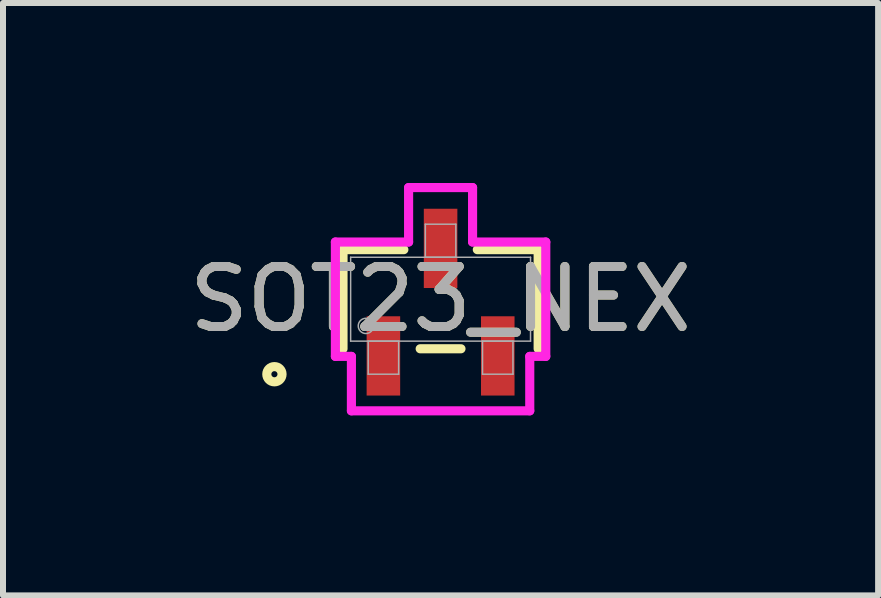
<source format=kicad_pcb>
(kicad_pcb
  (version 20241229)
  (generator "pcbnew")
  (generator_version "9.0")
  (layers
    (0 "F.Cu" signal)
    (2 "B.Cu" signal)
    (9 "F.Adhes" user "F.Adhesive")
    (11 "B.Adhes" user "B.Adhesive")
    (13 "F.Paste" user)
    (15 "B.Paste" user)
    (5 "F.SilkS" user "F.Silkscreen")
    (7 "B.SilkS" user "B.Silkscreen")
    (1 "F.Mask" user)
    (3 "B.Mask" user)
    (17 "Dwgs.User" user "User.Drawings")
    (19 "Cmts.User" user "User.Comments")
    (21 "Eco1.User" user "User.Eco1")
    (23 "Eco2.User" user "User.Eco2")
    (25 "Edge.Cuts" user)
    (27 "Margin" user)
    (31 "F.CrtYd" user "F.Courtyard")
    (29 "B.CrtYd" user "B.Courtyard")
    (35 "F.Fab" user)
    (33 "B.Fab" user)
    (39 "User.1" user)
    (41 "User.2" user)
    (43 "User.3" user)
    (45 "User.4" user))
  (footprint "SOT23_NEX"
    (layer "F.Cu")
    (at 4.292 1.936)
    (property "Reference" "SOT23_NEX" (at 0 0 0) (unlocked yes) (layer "F.SilkS") (effects (font (size 1 1) (thickness 0.15))))
    (attr smd)
    (fp_line (start -1.626 -0.826) (end -1.626 0.826) (stroke (width 0.152) (type solid)) (layer "F.SilkS"))
    (fp_line (start -0.612 -0.826) (end -1.626 -0.826) (stroke (width 0.152) (type solid)) (layer "F.SilkS"))
    (fp_line (start -0.34 0.826) (end 0.34 0.826) (stroke (width 0.152) (type solid)) (layer "F.SilkS"))
    (fp_line (start 1.626 -0.826) (end 0.612 -0.826) (stroke (width 0.152) (type solid)) (layer "F.SilkS"))
    (fp_line (start 1.626 0.826) (end 1.626 -0.826) (stroke (width 0.152) (type solid)) (layer "F.SilkS"))
    (fp_circle (center -2.769 1.25) (end -2.642 1.25) (stroke (width 0.152) (type solid)) (fill no) (layer "F.SilkS"))
    (fp_line (start -1.753 -0.953) (end -0.533 -0.953) (stroke (width 0.152) (type solid)) (layer "F.CrtYd"))
    (fp_line (start -1.753 0.953) (end -1.753 -0.953) (stroke (width 0.152) (type solid)) (layer "F.CrtYd"))
    (fp_line (start -1.753 0.953) (end -1.486 0.953) (stroke (width 0.152) (type solid)) (layer "F.CrtYd"))
    (fp_line (start -1.486 0.953) (end -1.486 1.86) (stroke (width 0.152) (type solid)) (layer "F.CrtYd"))
    (fp_line (start -1.486 1.86) (end 1.486 1.86) (stroke (width 0.152) (type solid)) (layer "F.CrtYd"))
    (fp_line (start -0.533 -1.86) (end 0.533 -1.86) (stroke (width 0.152) (type solid)) (layer "F.CrtYd"))
    (fp_line (start -0.533 -0.953) (end -0.533 -1.86) (stroke (width 0.152) (type solid)) (layer "F.CrtYd"))
    (fp_line (start 0.533 -0.953) (end 0.533 -1.86) (stroke (width 0.152) (type solid)) (layer "F.CrtYd"))
    (fp_line (start 1.486 0.953) (end 1.486 1.86) (stroke (width 0.152) (type solid)) (layer "F.CrtYd"))
    (fp_line (start 1.753 -0.953) (end 0.533 -0.953) (stroke (width 0.152) (type solid)) (layer "F.CrtYd"))
    (fp_line (start 1.753 -0.953) (end 1.753 0.953) (stroke (width 0.152) (type solid)) (layer "F.CrtYd"))
    (fp_line (start 1.753 0.953) (end 1.486 0.953) (stroke (width 0.152) (type solid)) (layer "F.CrtYd"))
    (fp_line (start -1.499 -0.699) (end -1.499 0.699) (stroke (width 0.025) (type solid)) (layer "F.Fab"))
    (fp_line (start -1.499 0.699) (end 1.499 0.699) (stroke (width 0.025) (type solid)) (layer "F.Fab"))
    (fp_line (start -1.206 0.699) (end -1.206 1.25) (stroke (width 0.025) (type solid)) (layer "F.Fab"))
    (fp_line (start -1.206 1.25) (end -0.699 1.25) (stroke (width 0.025) (type solid)) (layer "F.Fab"))
    (fp_line (start -0.699 0.699) (end -1.206 0.699) (stroke (width 0.025) (type solid)) (layer "F.Fab"))
    (fp_line (start -0.699 1.25) (end -0.699 0.699) (stroke (width 0.025) (type solid)) (layer "F.Fab"))
    (fp_line (start -0.254 -1.25) (end -0.254 -0.699) (stroke (width 0.025) (type solid)) (layer "F.Fab"))
    (fp_line (start -0.254 -0.699) (end 0.254 -0.699) (stroke (width 0.025) (type solid)) (layer "F.Fab"))
    (fp_line (start 0.254 -1.25) (end -0.254 -1.25) (stroke (width 0.025) (type solid)) (layer "F.Fab"))
    (fp_line (start 0.254 -0.699) (end 0.254 -1.25) (stroke (width 0.025) (type solid)) (layer "F.Fab"))
    (fp_line (start 0.699 0.699) (end 0.699 1.25) (stroke (width 0.025) (type solid)) (layer "F.Fab"))
    (fp_line (start 0.699 1.25) (end 1.206 1.25) (stroke (width 0.025) (type solid)) (layer "F.Fab"))
    (fp_line (start 1.206 0.699) (end 0.699 0.699) (stroke (width 0.025) (type solid)) (layer "F.Fab"))
    (fp_line (start 1.206 1.25) (end 1.206 0.699) (stroke (width 0.025) (type solid)) (layer "F.Fab"))
    (fp_line (start 1.499 -0.699) (end -1.499 -0.699) (stroke (width 0.025) (type solid)) (layer "F.Fab"))
    (fp_line (start 1.499 0.699) (end 1.499 -0.699) (stroke (width 0.025) (type solid)) (layer "F.Fab"))
    (fp_circle (center -1.245 0.445) (end -1.118 0.445) (stroke (width 0.025) (type solid)) (fill no) (layer "F.Fab"))
    (fp_text user "${REFERENCE}" (at 0 0 0) (unlocked yes) (layer "F.Fab") (effects (font (size 1 1) (thickness 0.15))))
    (pad "1" smd rect (at -0.953 0.945) (size 0.559 1.321) (layers "F.Cu" "F.Mask" "F.Paste"))
    (pad "2" smd rect (at 0.953 0.945) (size 0.559 1.321) (layers "F.Cu" "F.Mask" "F.Paste"))
    (pad "3" smd rect (at 0 -0.847) (size 0.559 1.321) (layers "F.Cu" "F.Mask" "F.Paste")))
  (gr_rect
    (start -3 -3)
    (end 11.583 6.872)
    (stroke (width 0.1) (type default))
    (fill no)
    (layer "Edge.Cuts")))
</source>
